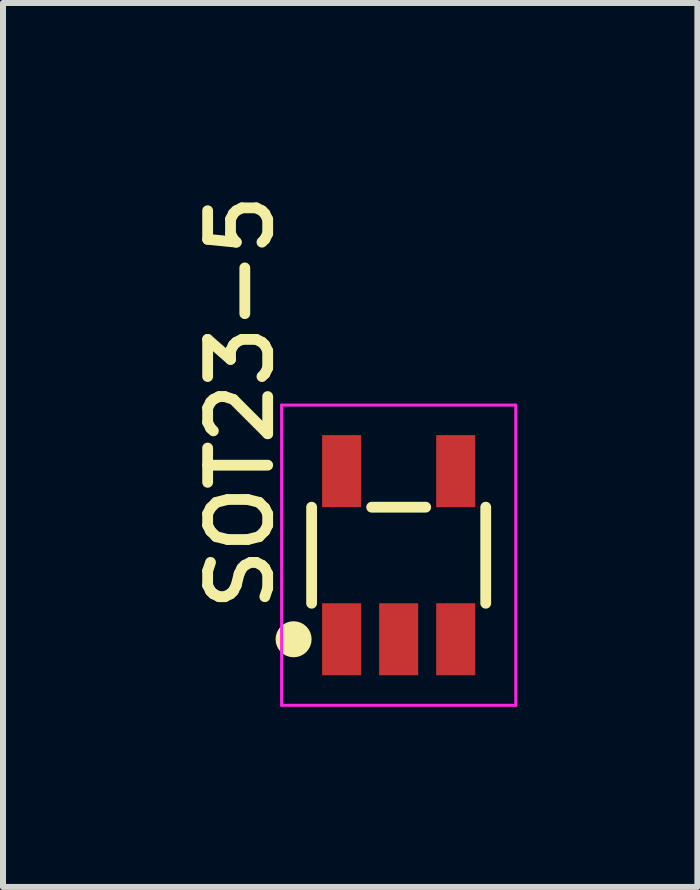
<source format=kicad_pcb>
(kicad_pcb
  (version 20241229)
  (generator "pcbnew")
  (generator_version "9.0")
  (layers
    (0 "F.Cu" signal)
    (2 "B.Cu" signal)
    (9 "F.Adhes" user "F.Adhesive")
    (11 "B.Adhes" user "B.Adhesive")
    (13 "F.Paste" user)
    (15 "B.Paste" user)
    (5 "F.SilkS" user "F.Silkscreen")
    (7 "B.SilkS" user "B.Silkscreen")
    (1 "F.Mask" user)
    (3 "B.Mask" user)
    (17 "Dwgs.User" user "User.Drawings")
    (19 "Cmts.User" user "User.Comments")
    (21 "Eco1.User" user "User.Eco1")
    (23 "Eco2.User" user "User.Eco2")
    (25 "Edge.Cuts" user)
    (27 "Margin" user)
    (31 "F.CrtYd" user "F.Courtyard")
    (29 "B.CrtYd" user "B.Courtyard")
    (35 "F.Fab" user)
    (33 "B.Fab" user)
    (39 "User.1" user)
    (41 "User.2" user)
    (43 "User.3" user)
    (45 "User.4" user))
  (footprint "SOT23-5"
    (layer "F.Cu")
    (at 3.59 6.197)
    (property "Reference" "SOT23-5" (at -2.05 1 90) (layer "F.SilkS") (effects (font (size 1 1) (thickness 0.18)) (justify left bottom)))
    (attr through_hole)
    (fp_line (start -1.45 -0.8) (end -1.45 0.8) (stroke (width 0.18) (type solid)) (layer "F.SilkS"))
    (fp_line (start -0.45 -0.8) (end 0.45 -0.8) (stroke (width 0.18) (type solid)) (layer "F.SilkS"))
    (fp_line (start 1.45 -0.8) (end 1.45 0.8) (stroke (width 0.18) (type solid)) (layer "F.SilkS"))
    (fp_circle (center -1.75 1.4) (end -1.6 1.4) (stroke (width 0.3) (type solid)) (fill no) (layer "F.SilkS"))
    (fp_line (start -1.95 -2.5) (end 1.95 -2.5) (stroke (width 0.05) (type solid)) (layer "F.CrtYd"))
    (fp_line (start -1.95 2.5) (end -1.95 -2.5) (stroke (width 0.05) (type solid)) (layer "F.CrtYd"))
    (fp_line (start 1.95 -2.5) (end 1.95 2.5) (stroke (width 0.05) (type solid)) (layer "F.CrtYd"))
    (fp_line (start 1.95 2.5) (end -1.95 2.5) (stroke (width 0.05) (type solid)) (layer "F.CrtYd"))
    (pad "1" smd rect (at -0.95 1.4) (size 0.65 1.2) (layers "F.Cu" "F.Mask" "F.Paste"))
    (pad "2" smd rect (at 0 1.4) (size 0.65 1.2) (layers "F.Cu" "F.Mask" "F.Paste"))
    (pad "3" smd rect (at 0.95 1.4) (size 0.65 1.2) (layers "F.Cu" "F.Mask" "F.Paste"))
    (pad "4" smd rect (at 0.95 -1.4) (size 0.65 1.2) (layers "F.Cu" "F.Mask" "F.Paste"))
    (pad "5" smd rect (at -0.95 -1.4) (size 0.65 1.2) (layers "F.Cu" "F.Mask" "F.Paste")))
  (gr_rect
    (start -3 -3)
    (end 8.565 11.722)
    (stroke (width 0.1) (type default))
    (fill no)
    (layer "Edge.Cuts")))
</source>
